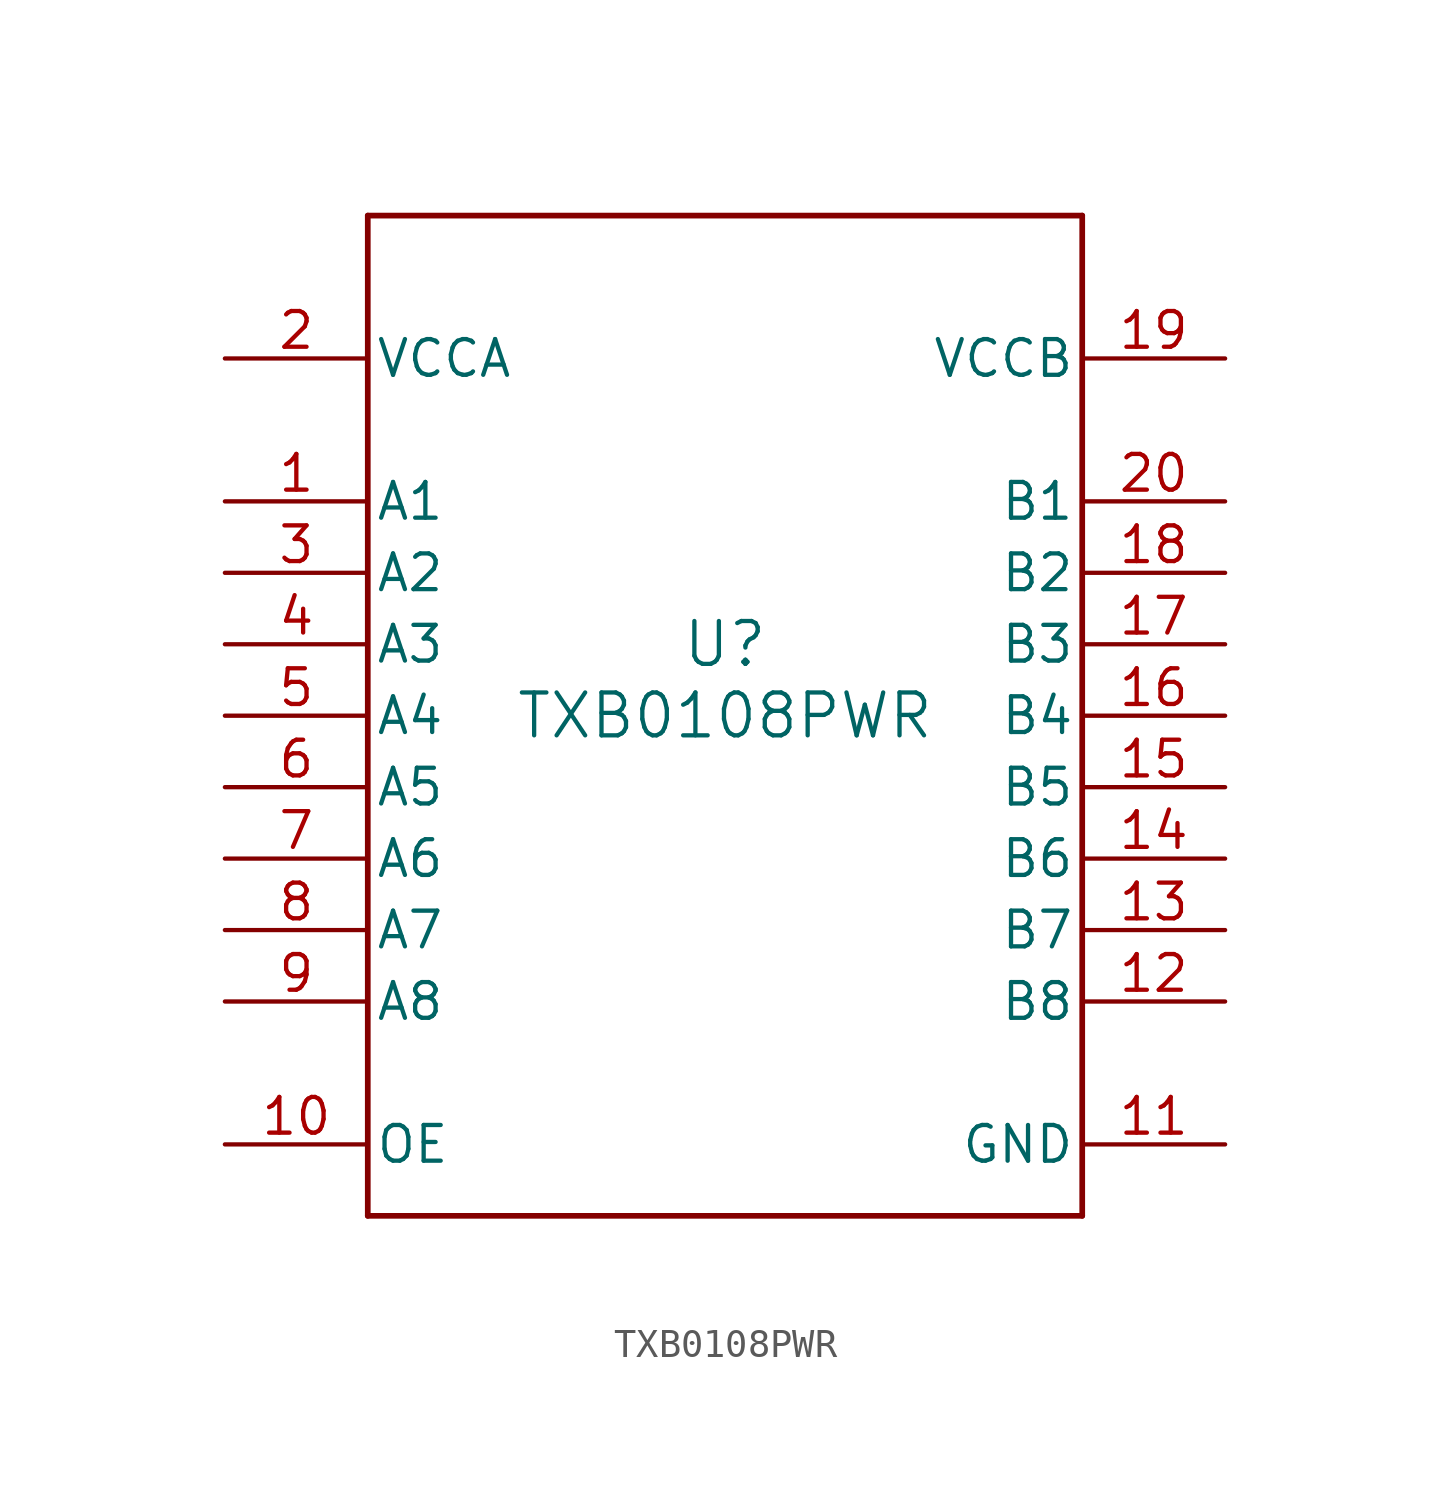
<source format=kicad_sym>
(kicad_symbol_lib
  (version 20211014)
  (generator kicad_symbol_editor)
  (symbol "TXB0108PWR"
    (pin_names
      (offset 0.254))
    (property "Reference" "U"
      (at 0 2.54 0)
      (effects (font (size 1.524 1.524))))
    (property "Value" "TXB0108PWR"
      (at 0 0 0)
      (effects (font (size 1.524 1.524))))
    (symbol "TXB0108PWR_0_1"
      (polyline (pts (xy -12.7 -17.78) (xy 12.7 -17.78)) (stroke (width 0.203) (type default) (color 0 0 0 0)) (fill (type none)))
      (polyline (pts (xy 12.7 -17.78) (xy 12.7 17.78)) (stroke (width 0.203) (type default) (color 0 0 0 0)) (fill (type none)))
      (polyline (pts (xy 12.7 17.78) (xy -12.7 17.78)) (stroke (width 0.203) (type default) (color 0 0 0 0)) (fill (type none)))
      (polyline (pts (xy -12.7 17.78) (xy -12.7 -17.78)) (stroke (width 0.203) (type default) (color 0 0 0 0)) (fill (type none)))
      (pin bidirectional line (at -17.78 7.62 0) (length 5.08) (name "A1" (effects (font (size 1.27 1.27)))) (number "1" (effects (font (size 1.27 1.27)))))
      (pin power_in line (at -17.78 12.7 0) (length 5.08) (name "VCCA" (effects (font (size 1.27 1.27)))) (number "2" (effects (font (size 1.27 1.27)))))
      (pin bidirectional line (at -17.78 5.08 0) (length 5.08) (name "A2" (effects (font (size 1.27 1.27)))) (number "3" (effects (font (size 1.27 1.27)))))
      (pin bidirectional line (at -17.78 2.54 0) (length 5.08) (name "A3" (effects (font (size 1.27 1.27)))) (number "4" (effects (font (size 1.27 1.27)))))
      (pin bidirectional line (at -17.78 0 0) (length 5.08) (name "A4" (effects (font (size 1.27 1.27)))) (number "5" (effects (font (size 1.27 1.27)))))
      (pin bidirectional line (at -17.78 -2.54 0) (length 5.08) (name "A5" (effects (font (size 1.27 1.27)))) (number "6" (effects (font (size 1.27 1.27)))))
      (pin bidirectional line (at -17.78 -5.08 0) (length 5.08) (name "A6" (effects (font (size 1.27 1.27)))) (number "7" (effects (font (size 1.27 1.27)))))
      (pin bidirectional line (at -17.78 -7.62 0) (length 5.08) (name "A7" (effects (font (size 1.27 1.27)))) (number "8" (effects (font (size 1.27 1.27)))))
      (pin bidirectional line (at -17.78 -10.16 0) (length 5.08) (name "A8" (effects (font (size 1.27 1.27)))) (number "9" (effects (font (size 1.27 1.27)))))
      (pin input line (at -17.78 -15.24 0) (length 5.08) (name "OE" (effects (font (size 1.27 1.27)))) (number "10" (effects (font (size 1.27 1.27)))))
      (pin power_in line (at 17.78 -15.24 180) (length 5.08) (name "GND" (effects (font (size 1.27 1.27)))) (number "11" (effects (font (size 1.27 1.27)))))
      (pin bidirectional line (at 17.78 -10.16 180) (length 5.08) (name "B8" (effects (font (size 1.27 1.27)))) (number "12" (effects (font (size 1.27 1.27)))))
      (pin bidirectional line (at 17.78 -7.62 180) (length 5.08) (name "B7" (effects (font (size 1.27 1.27)))) (number "13" (effects (font (size 1.27 1.27)))))
      (pin bidirectional line (at 17.78 -5.08 180) (length 5.08) (name "B6" (effects (font (size 1.27 1.27)))) (number "14" (effects (font (size 1.27 1.27)))))
      (pin bidirectional line (at 17.78 -2.54 180) (length 5.08) (name "B5" (effects (font (size 1.27 1.27)))) (number "15" (effects (font (size 1.27 1.27)))))
      (pin bidirectional line (at 17.78 0 180) (length 5.08) (name "B4" (effects (font (size 1.27 1.27)))) (number "16" (effects (font (size 1.27 1.27)))))
      (pin bidirectional line (at 17.78 2.54 180) (length 5.08) (name "B3" (effects (font (size 1.27 1.27)))) (number "17" (effects (font (size 1.27 1.27)))))
      (pin bidirectional line (at 17.78 5.08 180) (length 5.08) (name "B2" (effects (font (size 1.27 1.27)))) (number "18" (effects (font (size 1.27 1.27)))))
      (pin power_in line (at 17.78 12.7 180) (length 5.08) (name "VCCB" (effects (font (size 1.27 1.27)))) (number "19" (effects (font (size 1.27 1.27)))))
      (pin bidirectional line (at 17.78 7.62 180) (length 5.08) (name "B1" (effects (font (size 1.27 1.27)))) (number "20" (effects (font (size 1.27 1.27))))))))
</source>
